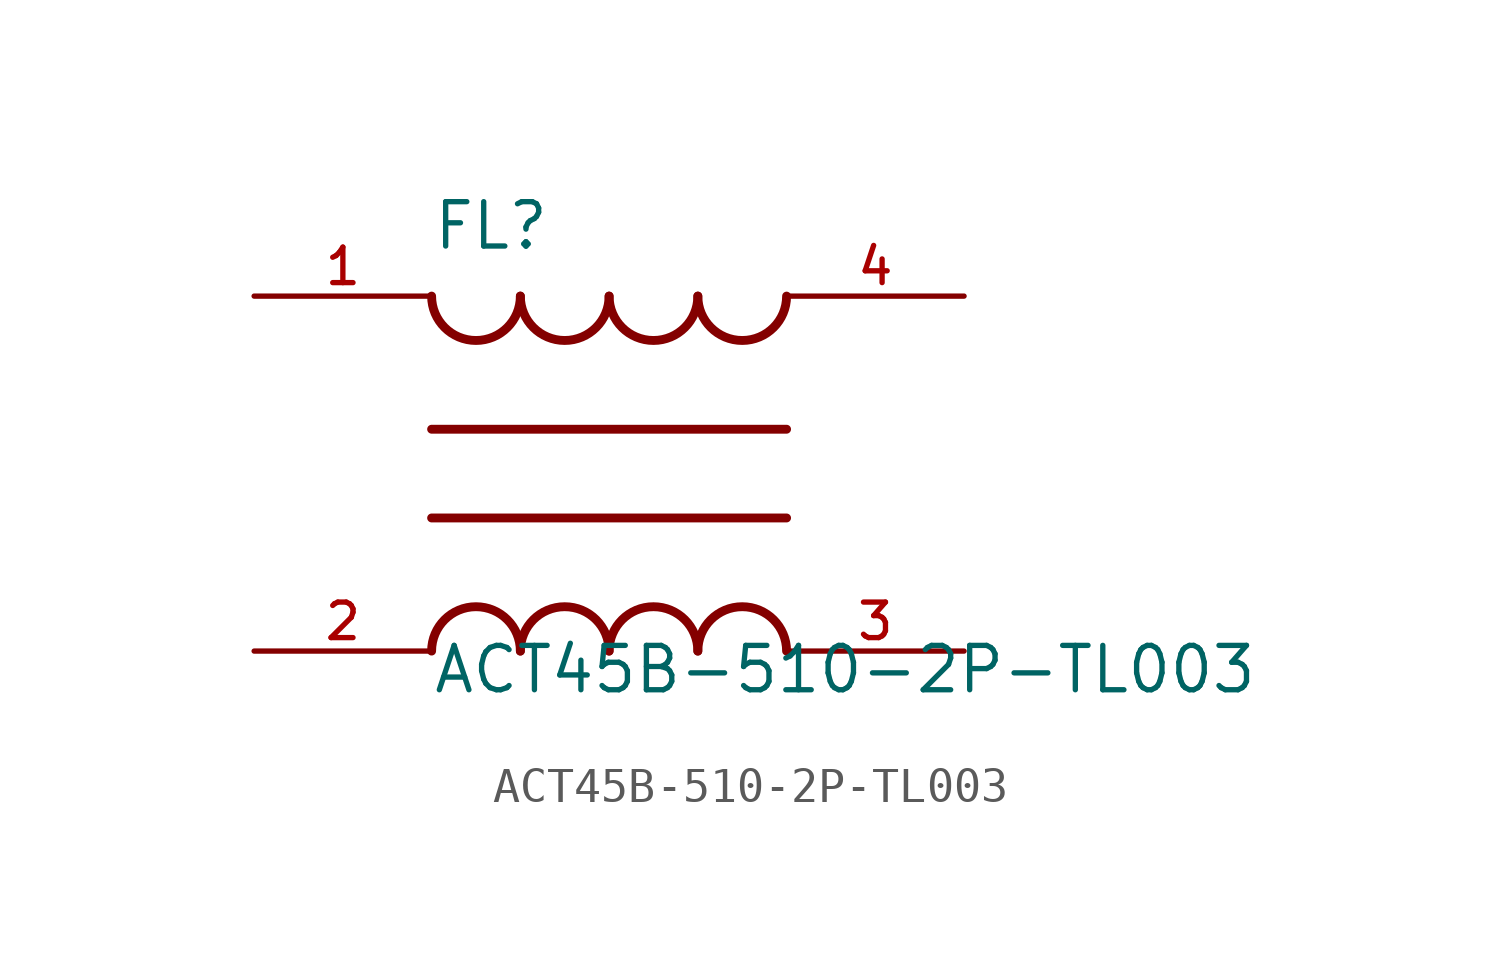
<source format=kicad_sym>
(kicad_symbol_lib
  (version 20211014)
  (generator kicad_symbol_editor)
  (symbol "ACT45B-510-2P-TL003"
    (pin_names
      (offset 1.016) hide)
    (property "Reference" "FL"
      (at -5.08 6.35 0)
      (effects (font (size 1.27 1.27)) (justify left bottom)))
    (property "Value" "ACT45B-510-2P-TL003"
      (at -5.08 -6.35 0)
      (effects (font (size 1.27 1.27)) (justify left bottom)))
    (property "ki_locked" ""
      (at 0 0 0)
      (effects (font (size 1.27 1.27))))
    (symbol "ACT45B-510-2P-TL003_0_0"
      (arc (start -5.08 5.08) (mid -3.81 3.81) (end -2.54 5.08) (stroke (width 0.254) (type default) (color 0 0 0 0)) (fill (type none)))
      (arc (start -2.54 -5.08) (mid -3.81 -3.81) (end -5.08 -5.08) (stroke (width 0.254) (type default) (color 0 0 0 0)) (fill (type none)))
      (arc (start -2.54 5.08) (mid -1.27 3.81) (end 0 5.08) (stroke (width 0.254) (type default) (color 0 0 0 0)) (fill (type none)))
      (arc (start 0 -5.08) (mid -1.27 -3.81) (end -2.54 -5.08) (stroke (width 0.254) (type default) (color 0 0 0 0)) (fill (type none)))
      (polyline (pts (xy -5.08 -1.27) (xy 5.08 -1.27)) (stroke (width 0.254) (type default) (color 0 0 0 0)) (fill (type none)))
      (polyline (pts (xy 5.08 1.27) (xy -5.08 1.27)) (stroke (width 0.254) (type default) (color 0 0 0 0)) (fill (type none)))
      (arc (start 0 5.08) (mid 1.27 3.81) (end 2.54 5.08) (stroke (width 0.254) (type default) (color 0 0 0 0)) (fill (type none)))
      (arc (start 2.54 -5.08) (mid 1.27 -3.81) (end 0 -5.08) (stroke (width 0.254) (type default) (color 0 0 0 0)) (fill (type none)))
      (arc (start 2.54 5.08) (mid 3.81 3.81) (end 5.08 5.08) (stroke (width 0.254) (type default) (color 0 0 0 0)) (fill (type none)))
      (arc (start 5.08 -5.08) (mid 3.81 -3.81) (end 2.54 -5.08) (stroke (width 0.254) (type default) (color 0 0 0 0)) (fill (type none)))
      (pin passive line (at -10.16 5.08 0) (length 5.08) (name "~" (effects (font (size 1.016 1.016)))) (number "1" (effects (font (size 1.016 1.016)))))
      (pin passive line (at -10.16 -5.08 0) (length 5.08) (name "~" (effects (font (size 1.016 1.016)))) (number "2" (effects (font (size 1.016 1.016)))))
      (pin passive line (at 10.16 -5.08 180) (length 5.08) (name "~" (effects (font (size 1.016 1.016)))) (number "3" (effects (font (size 1.016 1.016)))))
      (pin passive line (at 10.16 5.08 180) (length 5.08) (name "~" (effects (font (size 1.016 1.016)))) (number "4" (effects (font (size 1.016 1.016))))))))
</source>
